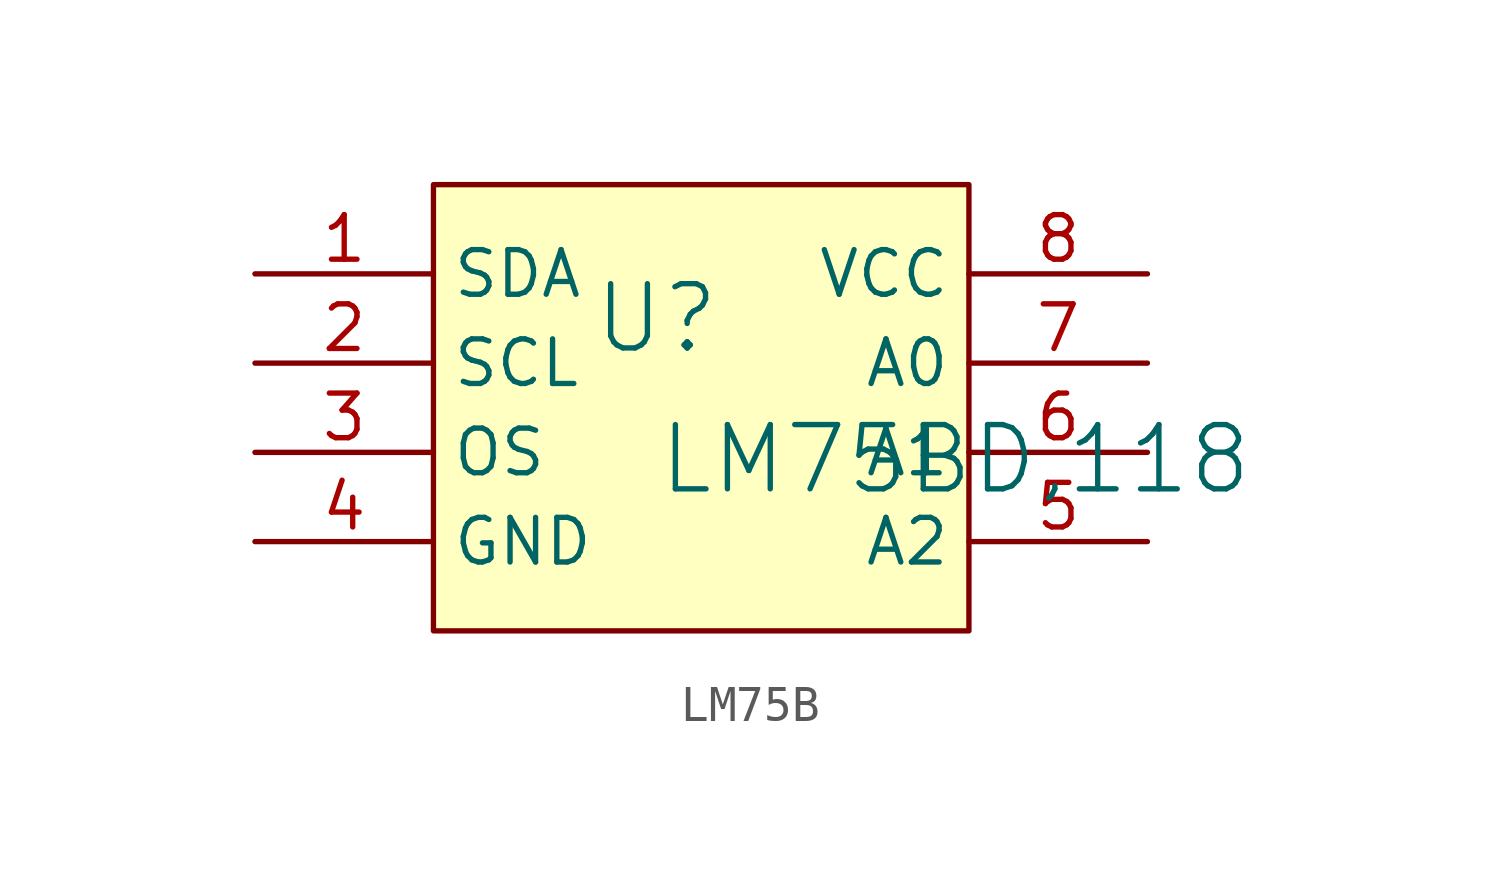
<source format=kicad_sym>
(kicad_symbol_lib
  (version 20241209)
  (generator "kicad_symbol_editor")
  (generator_version "9.0")
  (symbol "LM75B"
    (property "Reference" "U"
      (at -1.27 1.27 0)
      (effects (font (size 1.829 1.829))))
    (property "Value" "LM75BD,118"
      (at -1.27 -3.81 0)
      (effects (font (size 1.829 1.829)) (justify left bottom)))
    (symbol "LM75B_1_0"
      (rectangle (start 7.62 5.08) (end -7.62 -7.62) (stroke (width 0) (type solid) (color 128 0 0 1)) (fill (type background)))
      (pin passive line (at -12.7 2.54 0) (length 5.08) (name "SDA" (effects (font (size 1.27 1.27)))) (number "1" (effects (font (size 1.27 1.27)))))
      (pin passive line (at -12.7 0 0) (length 5.08) (name "SCL" (effects (font (size 1.27 1.27)))) (number "2" (effects (font (size 1.27 1.27)))))
      (pin passive line (at -12.7 -2.54 0) (length 5.08) (name "OS" (effects (font (size 1.27 1.27)))) (number "3" (effects (font (size 1.27 1.27)))))
      (pin passive line (at -12.7 -5.08 0) (length 5.08) (name "GND" (effects (font (size 1.27 1.27)))) (number "4" (effects (font (size 1.27 1.27)))))
      (pin passive line (at 12.7 2.54 180) (length 5.08) (name "VCC" (effects (font (size 1.27 1.27)))) (number "8" (effects (font (size 1.27 1.27)))))
      (pin passive line (at 12.7 0 180) (length 5.08) (name "A0" (effects (font (size 1.27 1.27)))) (number "7" (effects (font (size 1.27 1.27)))))
      (pin passive line (at 12.7 -2.54 180) (length 5.08) (name "A1" (effects (font (size 1.27 1.27)))) (number "6" (effects (font (size 1.27 1.27)))))
      (pin passive line (at 12.7 -5.08 180) (length 5.08) (name "A2" (effects (font (size 1.27 1.27)))) (number "5" (effects (font (size 1.27 1.27))))))))
</source>
